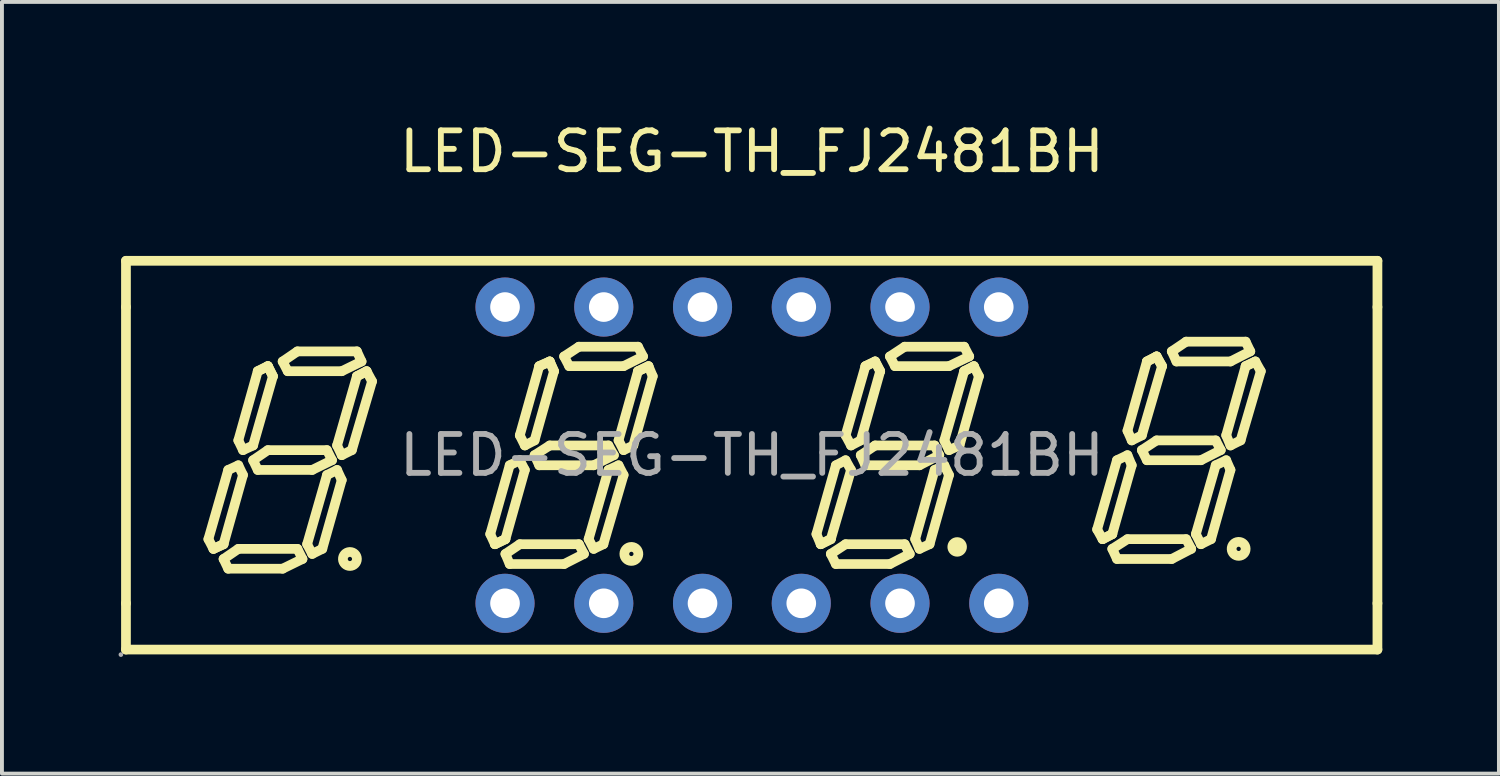
<source format=kicad_pcb>
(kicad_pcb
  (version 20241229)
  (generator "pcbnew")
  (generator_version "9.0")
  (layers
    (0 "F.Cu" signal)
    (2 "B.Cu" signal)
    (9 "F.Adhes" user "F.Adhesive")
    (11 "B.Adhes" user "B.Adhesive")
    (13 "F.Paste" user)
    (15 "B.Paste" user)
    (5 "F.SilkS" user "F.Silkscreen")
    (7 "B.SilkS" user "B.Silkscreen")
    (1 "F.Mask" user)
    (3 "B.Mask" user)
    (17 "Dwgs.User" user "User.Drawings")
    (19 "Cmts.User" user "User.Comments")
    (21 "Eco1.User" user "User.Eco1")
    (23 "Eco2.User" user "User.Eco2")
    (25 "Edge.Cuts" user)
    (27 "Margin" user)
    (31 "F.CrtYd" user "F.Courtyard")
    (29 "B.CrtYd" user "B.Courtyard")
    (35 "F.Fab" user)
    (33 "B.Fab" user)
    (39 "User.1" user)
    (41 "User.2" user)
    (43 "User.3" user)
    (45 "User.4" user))
  (footprint "LED-SEG-TH_FJ2481BH"
    (layer "F.Cu")
    (at 16.29 8.658)
    (property "Reference" "LED-SEG-TH_FJ2481BH" (at 0 -7.81 0) (layer "F.SilkS") (effects (font (size 1 1) (thickness 0.15))))
    (attr through_hole)
    (fp_line (start -16.1 -5) (end -16.1 -3.81) (stroke (width 0.25) (type solid)) (layer "F.SilkS"))
    (fp_line (start -16.1 -3.81) (end -16.1 3.81) (stroke (width 0.25) (type solid)) (layer "F.SilkS"))
    (fp_line (start -16.1 3.81) (end -16.1 5) (stroke (width 0.25) (type solid)) (layer "F.SilkS"))
    (fp_line (start -16.1 5) (end 16.09 5) (stroke (width 0.25) (type solid)) (layer "F.SilkS"))
    (fp_line (start -13.98 2.16) (end -13.85 2.41) (stroke (width 0.25) (type solid)) (layer "F.SilkS"))
    (fp_line (start -13.85 2.41) (end -13.59 2.29) (stroke (width 0.25) (type solid)) (layer "F.SilkS"))
    (fp_line (start -13.85 2.41) (end -13.59 2.29) (stroke (width 0.25) (type solid)) (layer "F.SilkS"))
    (fp_line (start -13.59 2.29) (end -13.09 0.51) (stroke (width 0.25) (type solid)) (layer "F.SilkS"))
    (fp_line (start -13.59 2.67) (end -13.21 2.41) (stroke (width 0.25) (type solid)) (layer "F.SilkS"))
    (fp_line (start -13.47 0.38) (end -13.98 2.16) (stroke (width 0.25) (type solid)) (layer "F.SilkS"))
    (fp_line (start -13.47 2.92) (end -13.59 2.67) (stroke (width 0.25) (type solid)) (layer "F.SilkS"))
    (fp_line (start -13.21 -0.38) (end -13.09 -0.13) (stroke (width 0.25) (type solid)) (layer "F.SilkS"))
    (fp_line (start -13.21 0.26) (end -13.47 0.38) (stroke (width 0.25) (type solid)) (layer "F.SilkS"))
    (fp_line (start -13.21 2.41) (end -11.69 2.41) (stroke (width 0.25) (type solid)) (layer "F.SilkS"))
    (fp_line (start -13.09 -0.13) (end -12.83 -0.25) (stroke (width 0.25) (type solid)) (layer "F.SilkS"))
    (fp_line (start -13.09 0.51) (end -13.21 0.26) (stroke (width 0.25) (type solid)) (layer "F.SilkS"))
    (fp_line (start -12.83 -0.25) (end -12.32 -2.03) (stroke (width 0.25) (type solid)) (layer "F.SilkS"))
    (fp_line (start -12.83 0.13) (end -12.45 -0.13) (stroke (width 0.25) (type solid)) (layer "F.SilkS"))
    (fp_line (start -12.71 -2.16) (end -13.21 -0.38) (stroke (width 0.25) (type solid)) (layer "F.SilkS"))
    (fp_line (start -12.71 -2.16) (end -12.45 -2.29) (stroke (width 0.25) (type solid)) (layer "F.SilkS"))
    (fp_line (start -12.71 0.38) (end -12.83 0.13) (stroke (width 0.25) (type solid)) (layer "F.SilkS"))
    (fp_line (start -12.45 -2.29) (end -12.71 -2.16) (stroke (width 0.25) (type solid)) (layer "F.SilkS"))
    (fp_line (start -12.45 -2.29) (end -12.32 -2.03) (stroke (width 0.25) (type solid)) (layer "F.SilkS"))
    (fp_line (start -12.45 -0.13) (end -10.93 -0.13) (stroke (width 0.25) (type solid)) (layer "F.SilkS"))
    (fp_line (start -12.32 -2.03) (end -12.45 -2.29) (stroke (width 0.25) (type solid)) (layer "F.SilkS"))
    (fp_line (start -12.07 -2.41) (end -11.69 -2.67) (stroke (width 0.25) (type solid)) (layer "F.SilkS"))
    (fp_line (start -12.07 2.92) (end -13.47 2.92) (stroke (width 0.25) (type solid)) (layer "F.SilkS"))
    (fp_line (start -11.94 -2.16) (end -12.07 -2.41) (stroke (width 0.25) (type solid)) (layer "F.SilkS"))
    (fp_line (start -11.69 -2.67) (end -10.16 -2.67) (stroke (width 0.25) (type solid)) (layer "F.SilkS"))
    (fp_line (start -11.69 2.41) (end -11.56 2.67) (stroke (width 0.25) (type solid)) (layer "F.SilkS"))
    (fp_line (start -11.56 2.67) (end -12.07 2.92) (stroke (width 0.25) (type solid)) (layer "F.SilkS"))
    (fp_line (start -11.44 2.29) (end -11.31 2.54) (stroke (width 0.25) (type solid)) (layer "F.SilkS"))
    (fp_line (start -11.31 0.38) (end -12.71 0.38) (stroke (width 0.25) (type solid)) (layer "F.SilkS"))
    (fp_line (start -11.31 2.54) (end -11.05 2.41) (stroke (width 0.25) (type solid)) (layer "F.SilkS"))
    (fp_line (start -11.05 2.41) (end -10.55 0.64) (stroke (width 0.25) (type solid)) (layer "F.SilkS"))
    (fp_line (start -10.93 -0.13) (end -10.8 0.13) (stroke (width 0.25) (type solid)) (layer "F.SilkS"))
    (fp_line (start -10.93 0.51) (end -11.44 2.29) (stroke (width 0.25) (type solid)) (layer "F.SilkS"))
    (fp_line (start -10.8 0.13) (end -11.31 0.38) (stroke (width 0.25) (type solid)) (layer "F.SilkS"))
    (fp_line (start -10.67 -0.25) (end -10.16 -2.03) (stroke (width 0.25) (type solid)) (layer "F.SilkS"))
    (fp_line (start -10.67 0.38) (end -10.93 0.51) (stroke (width 0.25) (type solid)) (layer "F.SilkS"))
    (fp_line (start -10.55 -2.16) (end -11.94 -2.16) (stroke (width 0.25) (type solid)) (layer "F.SilkS"))
    (fp_line (start -10.55 0) (end -10.67 -0.25) (stroke (width 0.25) (type solid)) (layer "F.SilkS"))
    (fp_line (start -10.55 0.64) (end -10.67 0.38) (stroke (width 0.25) (type solid)) (layer "F.SilkS"))
    (fp_line (start -10.29 -0.13) (end -10.55 0) (stroke (width 0.25) (type solid)) (layer "F.SilkS"))
    (fp_line (start -10.16 -2.67) (end -10.04 -2.41) (stroke (width 0.25) (type solid)) (layer "F.SilkS"))
    (fp_line (start -10.16 -2.03) (end -9.91 -2.16) (stroke (width 0.25) (type solid)) (layer "F.SilkS"))
    (fp_line (start -10.04 -2.41) (end -10.55 -2.16) (stroke (width 0.25) (type solid)) (layer "F.SilkS"))
    (fp_line (start -9.91 -2.16) (end -10.16 -2.03) (stroke (width 0.25) (type solid)) (layer "F.SilkS"))
    (fp_line (start -9.91 -2.16) (end -9.77 -1.9) (stroke (width 0.25) (type solid)) (layer "F.SilkS"))
    (fp_line (start -9.77 -1.9) (end -10.29 -0.13) (stroke (width 0.25) (type solid)) (layer "F.SilkS"))
    (fp_line (start -6.73 2.03) (end -6.61 2.29) (stroke (width 0.25) (type solid)) (layer "F.SilkS"))
    (fp_line (start -6.61 2.29) (end -6.34 2.16) (stroke (width 0.25) (type solid)) (layer "F.SilkS"))
    (fp_line (start -6.61 2.29) (end -6.34 2.16) (stroke (width 0.25) (type solid)) (layer "F.SilkS"))
    (fp_line (start -6.34 2.16) (end -5.84 0.38) (stroke (width 0.25) (type solid)) (layer "F.SilkS"))
    (fp_line (start -6.34 2.54) (end -5.97 2.29) (stroke (width 0.25) (type solid)) (layer "F.SilkS"))
    (fp_line (start -6.23 0.26) (end -6.73 2.03) (stroke (width 0.25) (type solid)) (layer "F.SilkS"))
    (fp_line (start -6.23 2.8) (end -6.34 2.54) (stroke (width 0.25) (type solid)) (layer "F.SilkS"))
    (fp_line (start -5.97 -0.51) (end -5.84 -0.25) (stroke (width 0.25) (type solid)) (layer "F.SilkS"))
    (fp_line (start -5.97 0.13) (end -6.23 0.26) (stroke (width 0.25) (type solid)) (layer "F.SilkS"))
    (fp_line (start -5.97 2.29) (end -4.45 2.29) (stroke (width 0.25) (type solid)) (layer "F.SilkS"))
    (fp_line (start -5.84 -0.25) (end -5.59 -0.38) (stroke (width 0.25) (type solid)) (layer "F.SilkS"))
    (fp_line (start -5.84 0.38) (end -5.97 0.13) (stroke (width 0.25) (type solid)) (layer "F.SilkS"))
    (fp_line (start -5.59 -0.38) (end -5.09 -2.16) (stroke (width 0.25) (type solid)) (layer "F.SilkS"))
    (fp_line (start -5.59 0) (end -5.2 -0.25) (stroke (width 0.25) (type solid)) (layer "F.SilkS"))
    (fp_line (start -5.47 -2.29) (end -5.97 -0.51) (stroke (width 0.25) (type solid)) (layer "F.SilkS"))
    (fp_line (start -5.47 0.26) (end -5.59 0) (stroke (width 0.25) (type solid)) (layer "F.SilkS"))
    (fp_line (start -5.2 -2.41) (end -5.47 -2.29) (stroke (width 0.25) (type solid)) (layer "F.SilkS"))
    (fp_line (start -5.2 -2.41) (end -5.47 -2.29) (stroke (width 0.25) (type solid)) (layer "F.SilkS"))
    (fp_line (start -5.2 -0.25) (end -3.69 -0.25) (stroke (width 0.25) (type solid)) (layer "F.SilkS"))
    (fp_line (start -5.09 -2.16) (end -5.2 -2.41) (stroke (width 0.25) (type solid)) (layer "F.SilkS"))
    (fp_line (start -5.09 -2.16) (end -5.2 -2.41) (stroke (width 0.25) (type solid)) (layer "F.SilkS"))
    (fp_line (start -4.83 -2.54) (end -4.45 -2.79) (stroke (width 0.25) (type solid)) (layer "F.SilkS"))
    (fp_line (start -4.83 2.8) (end -6.23 2.8) (stroke (width 0.25) (type solid)) (layer "F.SilkS"))
    (fp_line (start -4.7 -2.29) (end -4.83 -2.54) (stroke (width 0.25) (type solid)) (layer "F.SilkS"))
    (fp_line (start -4.45 -2.79) (end -2.93 -2.79) (stroke (width 0.25) (type solid)) (layer "F.SilkS"))
    (fp_line (start -4.45 2.29) (end -4.32 2.54) (stroke (width 0.25) (type solid)) (layer "F.SilkS"))
    (fp_line (start -4.32 2.54) (end -4.83 2.8) (stroke (width 0.25) (type solid)) (layer "F.SilkS"))
    (fp_line (start -4.2 2.16) (end -4.07 2.41) (stroke (width 0.25) (type solid)) (layer "F.SilkS"))
    (fp_line (start -4.07 0.26) (end -5.47 0.26) (stroke (width 0.25) (type solid)) (layer "F.SilkS"))
    (fp_line (start -4.07 2.41) (end -3.82 2.29) (stroke (width 0.25) (type solid)) (layer "F.SilkS"))
    (fp_line (start -3.82 2.29) (end -3.3 0.51) (stroke (width 0.25) (type solid)) (layer "F.SilkS"))
    (fp_line (start -3.69 -0.25) (end -3.55 0) (stroke (width 0.25) (type solid)) (layer "F.SilkS"))
    (fp_line (start -3.69 0.38) (end -4.2 2.16) (stroke (width 0.25) (type solid)) (layer "F.SilkS"))
    (fp_line (start -3.55 0) (end -4.07 0.26) (stroke (width 0.25) (type solid)) (layer "F.SilkS"))
    (fp_line (start -3.43 -0.38) (end -3.3 -0.13) (stroke (width 0.25) (type solid)) (layer "F.SilkS"))
    (fp_line (start -3.43 0.26) (end -3.69 0.38) (stroke (width 0.25) (type solid)) (layer "F.SilkS"))
    (fp_line (start -3.3 -2.29) (end -4.7 -2.29) (stroke (width 0.25) (type solid)) (layer "F.SilkS"))
    (fp_line (start -3.3 -0.13) (end -3.05 -0.25) (stroke (width 0.25) (type solid)) (layer "F.SilkS"))
    (fp_line (start -3.3 0.51) (end -3.43 0.26) (stroke (width 0.25) (type solid)) (layer "F.SilkS"))
    (fp_line (start -3.05 -0.25) (end -2.55 -2.03) (stroke (width 0.25) (type solid)) (layer "F.SilkS"))
    (fp_line (start -2.93 -2.79) (end -2.8 -2.54) (stroke (width 0.25) (type solid)) (layer "F.SilkS"))
    (fp_line (start -2.93 -2.16) (end -3.43 -0.38) (stroke (width 0.25) (type solid)) (layer "F.SilkS"))
    (fp_line (start -2.93 -2.16) (end -2.66 -2.29) (stroke (width 0.25) (type solid)) (layer "F.SilkS"))
    (fp_line (start -2.8 -2.54) (end -3.3 -2.29) (stroke (width 0.25) (type solid)) (layer "F.SilkS"))
    (fp_line (start -2.66 -2.29) (end -2.93 -2.16) (stroke (width 0.25) (type solid)) (layer "F.SilkS"))
    (fp_line (start -2.55 -2.03) (end -2.66 -2.29) (stroke (width 0.25) (type solid)) (layer "F.SilkS"))
    (fp_line (start 1.66 2.03) (end 1.77 2.29) (stroke (width 0.25) (type solid)) (layer "F.SilkS"))
    (fp_line (start 1.77 2.29) (end 2.03 2.16) (stroke (width 0.25) (type solid)) (layer "F.SilkS"))
    (fp_line (start 1.77 2.29) (end 2.03 2.16) (stroke (width 0.25) (type solid)) (layer "F.SilkS"))
    (fp_line (start 2.03 2.16) (end 2.55 0.38) (stroke (width 0.25) (type solid)) (layer "F.SilkS"))
    (fp_line (start 2.03 2.54) (end 2.41 2.29) (stroke (width 0.25) (type solid)) (layer "F.SilkS"))
    (fp_line (start 2.16 0.26) (end 1.66 2.03) (stroke (width 0.25) (type solid)) (layer "F.SilkS"))
    (fp_line (start 2.16 2.8) (end 2.03 2.54) (stroke (width 0.25) (type solid)) (layer "F.SilkS"))
    (fp_line (start 2.41 -0.51) (end 2.55 -0.25) (stroke (width 0.25) (type solid)) (layer "F.SilkS"))
    (fp_line (start 2.41 0.13) (end 2.16 0.26) (stroke (width 0.25) (type solid)) (layer "F.SilkS"))
    (fp_line (start 2.41 2.29) (end 3.93 2.29) (stroke (width 0.25) (type solid)) (layer "F.SilkS"))
    (fp_line (start 2.55 -0.25) (end 2.8 -0.38) (stroke (width 0.25) (type solid)) (layer "F.SilkS"))
    (fp_line (start 2.55 0.38) (end 2.41 0.13) (stroke (width 0.25) (type solid)) (layer "F.SilkS"))
    (fp_line (start 2.8 -0.38) (end 3.3 -2.16) (stroke (width 0.25) (type solid)) (layer "F.SilkS"))
    (fp_line (start 2.8 0) (end 3.17 -0.25) (stroke (width 0.25) (type solid)) (layer "F.SilkS"))
    (fp_line (start 2.92 -2.29) (end 2.41 -0.51) (stroke (width 0.25) (type solid)) (layer "F.SilkS"))
    (fp_line (start 2.92 -2.29) (end 3.17 -2.41) (stroke (width 0.25) (type solid)) (layer "F.SilkS"))
    (fp_line (start 2.92 0.26) (end 2.8 0) (stroke (width 0.25) (type solid)) (layer "F.SilkS"))
    (fp_line (start 3.17 -2.41) (end 2.92 -2.29) (stroke (width 0.25) (type solid)) (layer "F.SilkS"))
    (fp_line (start 3.17 -2.41) (end 3.3 -2.16) (stroke (width 0.25) (type solid)) (layer "F.SilkS"))
    (fp_line (start 3.17 -0.25) (end 4.7 -0.25) (stroke (width 0.25) (type solid)) (layer "F.SilkS"))
    (fp_line (start 3.3 -2.16) (end 3.17 -2.41) (stroke (width 0.25) (type solid)) (layer "F.SilkS"))
    (fp_line (start 3.55 -2.54) (end 3.93 -2.79) (stroke (width 0.25) (type solid)) (layer "F.SilkS"))
    (fp_line (start 3.55 2.8) (end 2.16 2.8) (stroke (width 0.25) (type solid)) (layer "F.SilkS"))
    (fp_line (start 3.68 -2.29) (end 3.55 -2.54) (stroke (width 0.25) (type solid)) (layer "F.SilkS"))
    (fp_line (start 3.93 -2.79) (end 5.46 -2.79) (stroke (width 0.25) (type solid)) (layer "F.SilkS"))
    (fp_line (start 3.93 2.29) (end 4.06 2.54) (stroke (width 0.25) (type solid)) (layer "F.SilkS"))
    (fp_line (start 4.06 2.54) (end 3.55 2.8) (stroke (width 0.25) (type solid)) (layer "F.SilkS"))
    (fp_line (start 4.2 2.16) (end 4.31 2.41) (stroke (width 0.25) (type solid)) (layer "F.SilkS"))
    (fp_line (start 4.31 0.26) (end 2.92 0.26) (stroke (width 0.25) (type solid)) (layer "F.SilkS"))
    (fp_line (start 4.31 2.41) (end 4.57 2.29) (stroke (width 0.25) (type solid)) (layer "F.SilkS"))
    (fp_line (start 4.57 2.29) (end 5.07 0.51) (stroke (width 0.25) (type solid)) (layer "F.SilkS"))
    (fp_line (start 4.7 -0.25) (end 4.82 0) (stroke (width 0.25) (type solid)) (layer "F.SilkS"))
    (fp_line (start 4.7 0.38) (end 4.2 2.16) (stroke (width 0.25) (type solid)) (layer "F.SilkS"))
    (fp_line (start 4.82 0) (end 4.31 0.26) (stroke (width 0.25) (type solid)) (layer "F.SilkS"))
    (fp_line (start 4.95 -0.38) (end 5.46 -2.16) (stroke (width 0.25) (type solid)) (layer "F.SilkS"))
    (fp_line (start 4.95 0.26) (end 4.7 0.38) (stroke (width 0.25) (type solid)) (layer "F.SilkS"))
    (fp_line (start 5.07 -2.29) (end 3.68 -2.29) (stroke (width 0.25) (type solid)) (layer "F.SilkS"))
    (fp_line (start 5.07 -0.13) (end 4.95 -0.38) (stroke (width 0.25) (type solid)) (layer "F.SilkS"))
    (fp_line (start 5.07 0.51) (end 4.95 0.26) (stroke (width 0.25) (type solid)) (layer "F.SilkS"))
    (fp_line (start 5.34 -0.25) (end 5.07 -0.13) (stroke (width 0.25) (type solid)) (layer "F.SilkS"))
    (fp_line (start 5.46 -2.79) (end 5.59 -2.54) (stroke (width 0.25) (type solid)) (layer "F.SilkS"))
    (fp_line (start 5.46 -2.16) (end 5.71 -2.29) (stroke (width 0.25) (type solid)) (layer "F.SilkS"))
    (fp_line (start 5.59 -2.54) (end 5.07 -2.29) (stroke (width 0.25) (type solid)) (layer "F.SilkS"))
    (fp_line (start 5.71 -2.29) (end 5.46 -2.16) (stroke (width 0.25) (type solid)) (layer "F.SilkS"))
    (fp_line (start 5.71 -2.29) (end 5.84 -2.03) (stroke (width 0.25) (type solid)) (layer "F.SilkS"))
    (fp_line (start 5.84 -2.03) (end 5.34 -0.25) (stroke (width 0.25) (type solid)) (layer "F.SilkS"))
    (fp_line (start 8.88 1.91) (end 9.02 2.16) (stroke (width 0.25) (type solid)) (layer "F.SilkS"))
    (fp_line (start 9.02 2.16) (end 9.27 2.03) (stroke (width 0.25) (type solid)) (layer "F.SilkS"))
    (fp_line (start 9.02 2.16) (end 9.27 2.03) (stroke (width 0.25) (type solid)) (layer "F.SilkS"))
    (fp_line (start 9.27 2.03) (end 9.77 0.26) (stroke (width 0.25) (type solid)) (layer "F.SilkS"))
    (fp_line (start 9.27 2.41) (end 9.66 2.16) (stroke (width 0.25) (type solid)) (layer "F.SilkS"))
    (fp_line (start 9.39 0.13) (end 8.88 1.91) (stroke (width 0.25) (type solid)) (layer "F.SilkS"))
    (fp_line (start 9.39 2.67) (end 9.27 2.41) (stroke (width 0.25) (type solid)) (layer "F.SilkS"))
    (fp_line (start 9.66 -0.63) (end 9.77 -0.38) (stroke (width 0.25) (type solid)) (layer "F.SilkS"))
    (fp_line (start 9.66 0) (end 9.39 0.13) (stroke (width 0.25) (type solid)) (layer "F.SilkS"))
    (fp_line (start 9.66 2.16) (end 11.17 2.16) (stroke (width 0.25) (type solid)) (layer "F.SilkS"))
    (fp_line (start 9.77 -0.38) (end 10.03 -0.51) (stroke (width 0.25) (type solid)) (layer "F.SilkS"))
    (fp_line (start 9.77 0.26) (end 9.66 0) (stroke (width 0.25) (type solid)) (layer "F.SilkS"))
    (fp_line (start 10.03 -0.51) (end 10.55 -2.29) (stroke (width 0.25) (type solid)) (layer "F.SilkS"))
    (fp_line (start 10.03 -0.13) (end 10.41 -0.38) (stroke (width 0.25) (type solid)) (layer "F.SilkS"))
    (fp_line (start 10.16 -2.41) (end 9.66 -0.63) (stroke (width 0.25) (type solid)) (layer "F.SilkS"))
    (fp_line (start 10.16 0.13) (end 10.03 -0.13) (stroke (width 0.25) (type solid)) (layer "F.SilkS"))
    (fp_line (start 10.41 -2.54) (end 10.16 -2.41) (stroke (width 0.25) (type solid)) (layer "F.SilkS"))
    (fp_line (start 10.41 -2.54) (end 10.16 -2.41) (stroke (width 0.25) (type solid)) (layer "F.SilkS"))
    (fp_line (start 10.41 -0.38) (end 11.93 -0.38) (stroke (width 0.25) (type solid)) (layer "F.SilkS"))
    (fp_line (start 10.55 -2.29) (end 10.41 -2.54) (stroke (width 0.25) (type solid)) (layer "F.SilkS"))
    (fp_line (start 10.55 -2.29) (end 10.41 -2.54) (stroke (width 0.25) (type solid)) (layer "F.SilkS"))
    (fp_line (start 10.8 -2.67) (end 11.17 -2.92) (stroke (width 0.25) (type solid)) (layer "F.SilkS"))
    (fp_line (start 10.8 2.67) (end 9.39 2.67) (stroke (width 0.25) (type solid)) (layer "F.SilkS"))
    (fp_line (start 10.92 -2.41) (end 10.8 -2.67) (stroke (width 0.25) (type solid)) (layer "F.SilkS"))
    (fp_line (start 11.17 -2.92) (end 12.7 -2.92) (stroke (width 0.25) (type solid)) (layer "F.SilkS"))
    (fp_line (start 11.17 2.16) (end 11.3 2.41) (stroke (width 0.25) (type solid)) (layer "F.SilkS"))
    (fp_line (start 11.3 2.41) (end 10.8 2.67) (stroke (width 0.25) (type solid)) (layer "F.SilkS"))
    (fp_line (start 11.42 2.03) (end 11.55 2.29) (stroke (width 0.25) (type solid)) (layer "F.SilkS"))
    (fp_line (start 11.55 0.13) (end 10.16 0.13) (stroke (width 0.25) (type solid)) (layer "F.SilkS"))
    (fp_line (start 11.55 2.29) (end 11.81 2.16) (stroke (width 0.25) (type solid)) (layer "F.SilkS"))
    (fp_line (start 11.81 2.16) (end 12.31 0.38) (stroke (width 0.25) (type solid)) (layer "F.SilkS"))
    (fp_line (start 11.93 -0.38) (end 12.06 -0.13) (stroke (width 0.25) (type solid)) (layer "F.SilkS"))
    (fp_line (start 11.93 0.26) (end 11.42 2.03) (stroke (width 0.25) (type solid)) (layer "F.SilkS"))
    (fp_line (start 12.06 -0.13) (end 11.55 0.13) (stroke (width 0.25) (type solid)) (layer "F.SilkS"))
    (fp_line (start 12.2 -0.51) (end 12.31 -0.25) (stroke (width 0.25) (type solid)) (layer "F.SilkS"))
    (fp_line (start 12.2 0.13) (end 11.93 0.26) (stroke (width 0.25) (type solid)) (layer "F.SilkS"))
    (fp_line (start 12.31 -2.41) (end 10.92 -2.41) (stroke (width 0.25) (type solid)) (layer "F.SilkS"))
    (fp_line (start 12.31 -0.25) (end 12.57 -0.38) (stroke (width 0.25) (type solid)) (layer "F.SilkS"))
    (fp_line (start 12.31 0.38) (end 12.2 0.13) (stroke (width 0.25) (type solid)) (layer "F.SilkS"))
    (fp_line (start 12.57 -0.38) (end 13.09 -2.16) (stroke (width 0.25) (type solid)) (layer "F.SilkS"))
    (fp_line (start 12.7 -2.92) (end 12.82 -2.67) (stroke (width 0.25) (type solid)) (layer "F.SilkS"))
    (fp_line (start 12.7 -2.29) (end 12.2 -0.51) (stroke (width 0.25) (type solid)) (layer "F.SilkS"))
    (fp_line (start 12.7 -2.29) (end 12.95 -2.41) (stroke (width 0.25) (type solid)) (layer "F.SilkS"))
    (fp_line (start 12.82 -2.67) (end 12.31 -2.41) (stroke (width 0.25) (type solid)) (layer "F.SilkS"))
    (fp_line (start 12.95 -2.41) (end 12.7 -2.29) (stroke (width 0.25) (type solid)) (layer "F.SilkS"))
    (fp_line (start 13.09 -2.16) (end 12.95 -2.41) (stroke (width 0.25) (type solid)) (layer "F.SilkS"))
    (fp_line (start 16.09 -5) (end -16.1 -5) (stroke (width 0.25) (type solid)) (layer "F.SilkS"))
    (fp_line (start 16.09 -3.81) (end 16.09 -5) (stroke (width 0.25) (type solid)) (layer "F.SilkS"))
    (fp_line (start 16.09 3.81) (end 16.09 -3.81) (stroke (width 0.25) (type solid)) (layer "F.SilkS"))
    (fp_line (start 16.09 5) (end 16.09 3.81) (stroke (width 0.25) (type solid)) (layer "F.SilkS"))
    (fp_arc (start -10.34 2.49) (mid -10.335006 2.849931) (end -10.349985 2.490277) (stroke (width 0.25) (type solid)) (layer "F.SilkS"))
    (fp_arc (start -3.09 2.36) (mid -3.105001 2.720208) (end -3.100001 2.359722) (stroke (width 0.25) (type solid)) (layer "F.SilkS"))
    (fp_arc (start 5.28 2.36) (mid 5.28 2.36) (end 5.28 2.36) (stroke (width 0.25) (type solid)) (layer "F.SilkS"))
    (fp_arc (start 12.52 2.23) (mid 12.524994 2.589931) (end 12.510015 2.230277) (stroke (width 0.25) (type solid)) (layer "F.SilkS"))
    (fp_circle (center -16.23 5.13) (end -16.2 5.13) (stroke (width 0.06) (type solid)) (fill no) (layer "F.Fab"))
    (fp_circle (center -6.35 -3.81) (end -6.21 -3.81) (stroke (width 0.28) (type solid)) (fill no) (layer "F.Fab"))
    (fp_circle (center -6.35 3.81) (end -6.21 3.81) (stroke (width 0.28) (type solid)) (fill no) (layer "F.Fab"))
    (fp_circle (center -3.81 -3.81) (end -3.67 -3.81) (stroke (width 0.28) (type solid)) (fill no) (layer "F.Fab"))
    (fp_circle (center -3.81 3.81) (end -3.67 3.81) (stroke (width 0.28) (type solid)) (fill no) (layer "F.Fab"))
    (fp_circle (center -1.27 -3.81) (end -1.13 -3.81) (stroke (width 0.28) (type solid)) (fill no) (layer "F.Fab"))
    (fp_circle (center -1.27 3.81) (end -1.13 3.81) (stroke (width 0.28) (type solid)) (fill no) (layer "F.Fab"))
    (fp_circle (center 1.27 -3.81) (end 1.41 -3.81) (stroke (width 0.28) (type solid)) (fill no) (layer "F.Fab"))
    (fp_circle (center 1.27 3.81) (end 1.41 3.81) (stroke (width 0.28) (type solid)) (fill no) (layer "F.Fab"))
    (fp_circle (center 3.81 -3.81) (end 3.95 -3.81) (stroke (width 0.28) (type solid)) (fill no) (layer "F.Fab"))
    (fp_circle (center 3.81 3.81) (end 3.95 3.81) (stroke (width 0.28) (type solid)) (fill no) (layer "F.Fab"))
    (fp_circle (center 6.35 -3.81) (end 6.49 -3.81) (stroke (width 0.28) (type solid)) (fill no) (layer "F.Fab"))
    (fp_circle (center 6.35 3.81) (end 6.49 3.81) (stroke (width 0.28) (type solid)) (fill no) (layer "F.Fab"))
    (fp_text user "${REFERENCE}" (at 0 0 0) (layer "F.Fab") (effects (font (size 1 1) (thickness 0.15))))
    (pad "1" thru_hole circle (at -6.35 3.81) (size 1.52 1.52) (drill 0.762) (layers "*.Cu" "*.Paste" "*.Mask"))
    (pad "2" thru_hole circle (at -3.81 3.81) (size 1.52 1.52) (drill 0.762) (layers "*.Cu" "*.Paste" "*.Mask"))
    (pad "3" thru_hole circle (at -1.27 3.81) (size 1.52 1.52) (drill 0.762) (layers "*.Cu" "*.Paste" "*.Mask"))
    (pad "4" thru_hole circle (at 1.27 3.81) (size 1.52 1.52) (drill 0.762) (layers "*.Cu" "*.Paste" "*.Mask"))
    (pad "5" thru_hole circle (at 3.81 3.81) (size 1.52 1.52) (drill 0.762) (layers "*.Cu" "*.Paste" "*.Mask"))
    (pad "6" thru_hole circle (at 6.35 3.81) (size 1.52 1.52) (drill 0.762) (layers "*.Cu" "*.Paste" "*.Mask"))
    (pad "7" thru_hole circle (at 6.35 -3.81) (size 1.52 1.52) (drill 0.762) (layers "*.Cu" "*.Paste" "*.Mask"))
    (pad "8" thru_hole circle (at 3.81 -3.81) (size 1.52 1.52) (drill 0.762) (layers "*.Cu" "*.Paste" "*.Mask"))
    (pad "9" thru_hole circle (at 1.27 -3.81) (size 1.52 1.52) (drill 0.762) (layers "*.Cu" "*.Paste" "*.Mask"))
    (pad "10" thru_hole circle (at -1.27 -3.81) (size 1.52 1.52) (drill 0.762) (layers "*.Cu" "*.Paste" "*.Mask"))
    (pad "11" thru_hole circle (at -3.81 -3.81) (size 1.52 1.52) (drill 0.762) (layers "*.Cu" "*.Paste" "*.Mask"))
    (pad "12" thru_hole circle (at -6.35 -3.81) (size 1.52 1.52) (drill 0.762) (layers "*.Cu" "*.Paste" "*.Mask")))
  (gr_rect
    (start -3 -3)
    (end 35.505 16.848)
    (stroke (width 0.1) (type default))
    (fill no)
    (layer "Edge.Cuts")))
</source>
